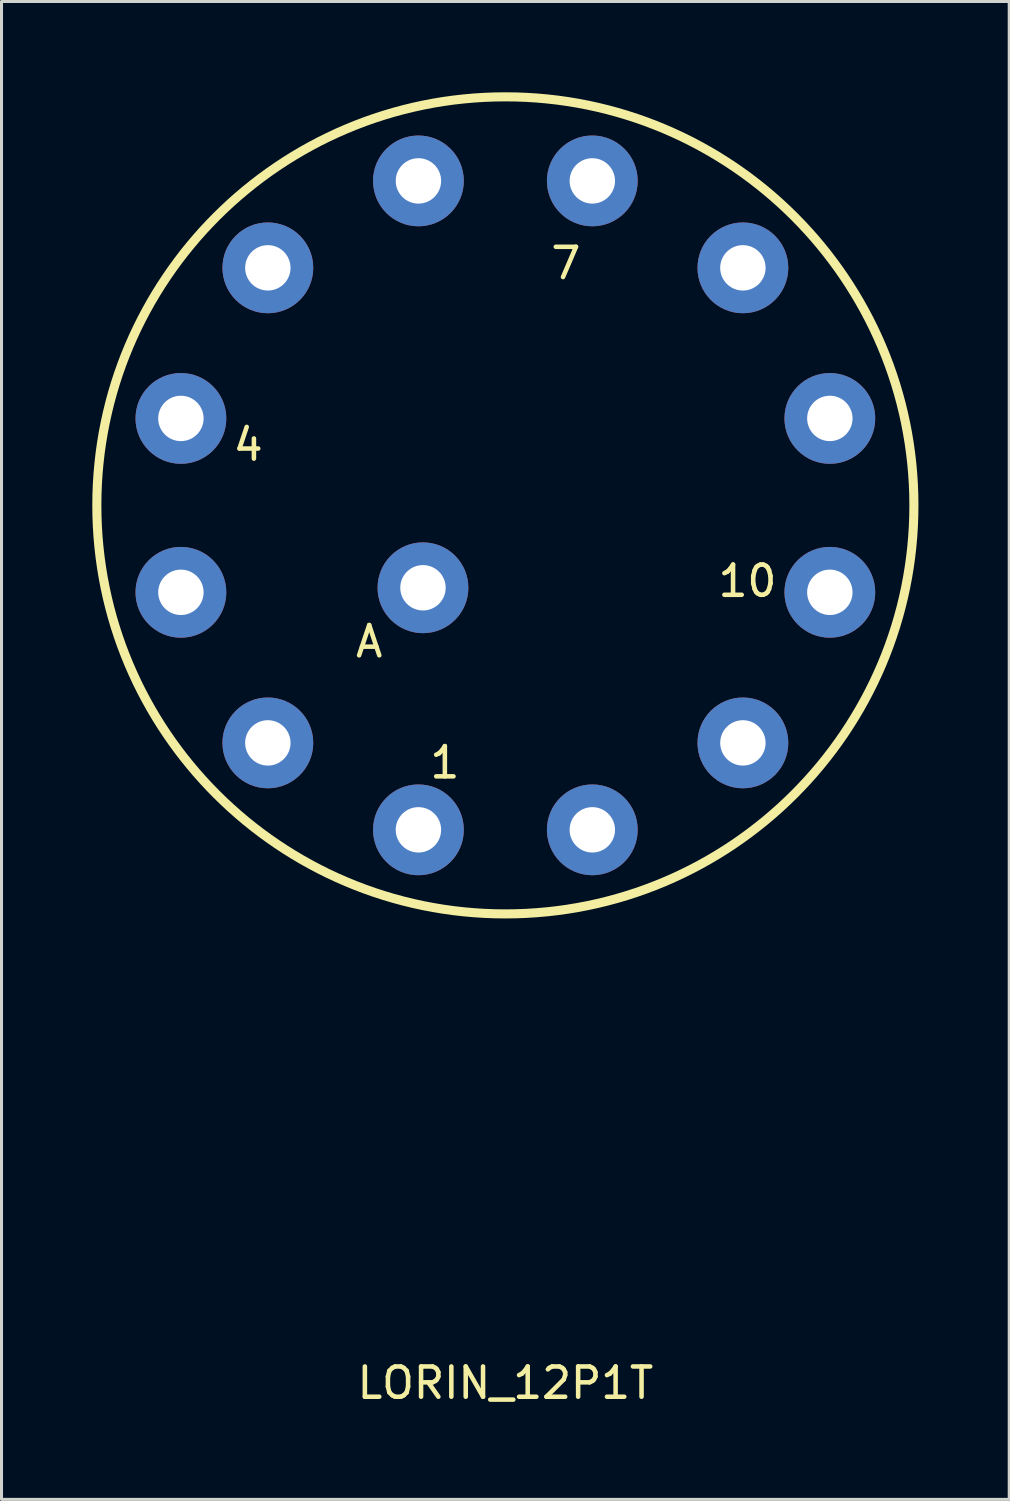
<source format=kicad_pcb>
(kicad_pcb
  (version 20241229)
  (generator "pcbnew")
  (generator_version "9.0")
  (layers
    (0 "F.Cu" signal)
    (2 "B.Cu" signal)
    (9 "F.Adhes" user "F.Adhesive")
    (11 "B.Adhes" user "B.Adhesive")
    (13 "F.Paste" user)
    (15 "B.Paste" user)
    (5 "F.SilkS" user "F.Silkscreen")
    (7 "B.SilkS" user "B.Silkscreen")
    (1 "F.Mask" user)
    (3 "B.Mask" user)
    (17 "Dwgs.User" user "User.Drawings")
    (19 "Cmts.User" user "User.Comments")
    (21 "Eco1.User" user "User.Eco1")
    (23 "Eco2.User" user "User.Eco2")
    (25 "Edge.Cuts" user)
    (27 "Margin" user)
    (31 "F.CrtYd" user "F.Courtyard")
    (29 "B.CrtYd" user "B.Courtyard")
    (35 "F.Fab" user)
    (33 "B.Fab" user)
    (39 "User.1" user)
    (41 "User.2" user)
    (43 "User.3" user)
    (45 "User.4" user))
  (footprint "LORIN_12P1T"
    (layer "F.Cu")
    (at 13.65 13.65)
    (property "Reference" "LORIN_12P1T" (at 0 29 0) (layer "F.SilkS") (effects (font (size 1 1) (thickness 0.15))))
    (attr through_hole)
    (fp_circle (center 0 0) (end 13.5 0) (stroke (width 0.3) (type solid)) (fill no) (layer "F.SilkS"))
    (fp_text user "10" (at 8 2.5 0) (layer "F.SilkS") (effects (font (size 1 1) (thickness 0.15))))
    (fp_text user "4" (at -8.5 -2 0) (layer "F.SilkS") (effects (font (size 1 1) (thickness 0.15))))
    (fp_text user "7" (at 2 -8 0) (layer "F.SilkS") (effects (font (size 1 1) (thickness 0.15))))
    (fp_text user "A" (at -4.5 4.5 0) (layer "F.SilkS") (effects (font (size 1 1) (thickness 0.15))))
    (fp_text user "1" (at -2 8.5 0) (layer "F.SilkS") (effects (font (size 1 1) (thickness 0.15))))
    (pad "1" thru_hole circle (at -2.873 10.722 270) (size 3 3) (drill 1.5) (layers "*.Cu" "*.Mask"))
    (pad "2" thru_hole circle (at -7.849 7.849 270) (size 3 3) (drill 1.5) (layers "*.Cu" "*.Mask"))
    (pad "3" thru_hole circle (at -10.722 2.873 270) (size 3 3) (drill 1.5) (layers "*.Cu" "*.Mask"))
    (pad "4" thru_hole circle (at -10.722 -2.873 180) (size 3 3) (drill 1.5) (layers "*.Cu" "*.Mask"))
    (pad "5" thru_hole circle (at -7.849 -7.849 180) (size 3 3) (drill 1.5) (layers "*.Cu" "*.Mask"))
    (pad "6" thru_hole circle (at -2.873 -10.722 180) (size 3 3) (drill 1.5) (layers "*.Cu" "*.Mask"))
    (pad "7" thru_hole circle (at 2.873 -10.722 90) (size 3 3) (drill 1.5) (layers "*.Cu" "*.Mask"))
    (pad "8" thru_hole circle (at 7.849 -7.849 90) (size 3 3) (drill 1.5) (layers "*.Cu" "*.Mask"))
    (pad "9" thru_hole circle (at 10.722 -2.873 90) (size 3 3) (drill 1.5) (layers "*.Cu" "*.Mask"))
    (pad "10" thru_hole circle (at 10.722 2.873) (size 3 3) (drill 1.5) (layers "*.Cu" "*.Mask"))
    (pad "11" thru_hole circle (at 7.849 7.849) (size 3 3) (drill 1.5) (layers "*.Cu" "*.Mask"))
    (pad "12" thru_hole circle (at 2.873 10.722) (size 3 3) (drill 1.5) (layers "*.Cu" "*.Mask"))
    (pad "13" thru_hole circle (at -2.723 2.723 270) (size 3 3) (drill 1.5) (layers "*.Cu" "*.Mask")))
  (gr_rect
    (start -3 -3)
    (end 30.3 46.498)
    (stroke (width 0.1) (type default))
    (fill no)
    (layer "Edge.Cuts")))
</source>
